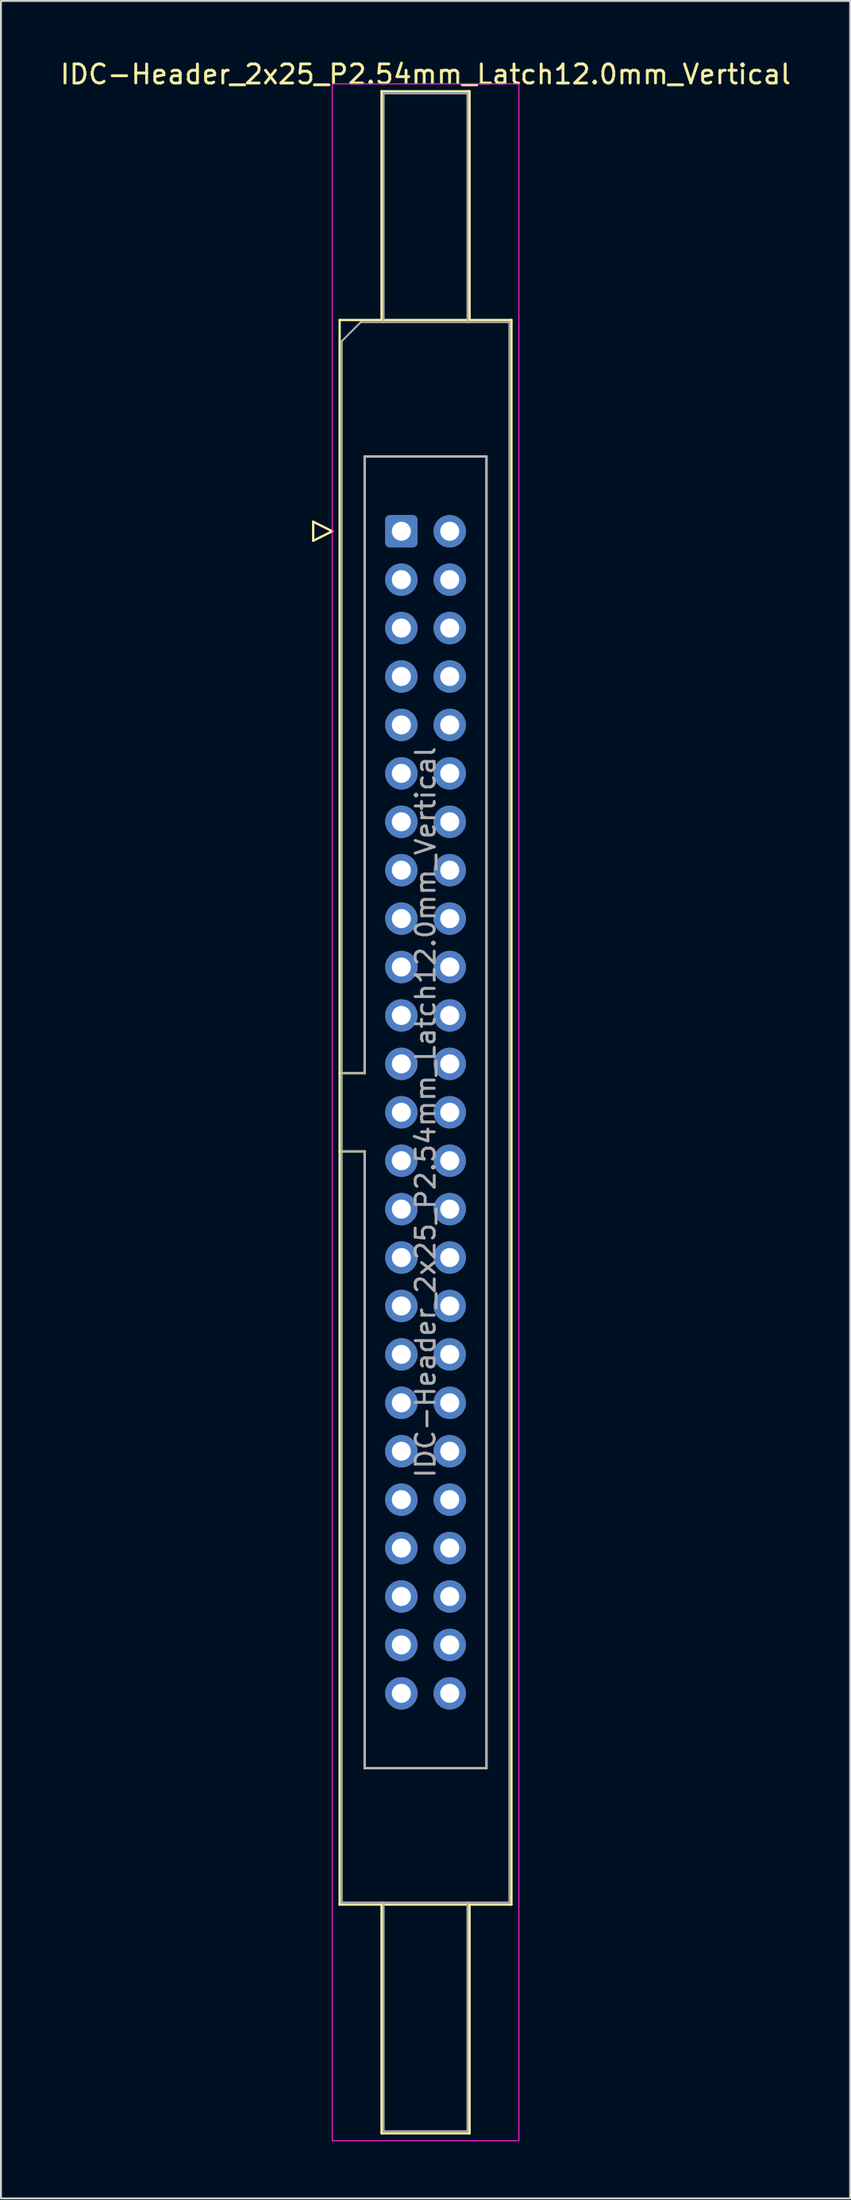
<source format=kicad_pcb>
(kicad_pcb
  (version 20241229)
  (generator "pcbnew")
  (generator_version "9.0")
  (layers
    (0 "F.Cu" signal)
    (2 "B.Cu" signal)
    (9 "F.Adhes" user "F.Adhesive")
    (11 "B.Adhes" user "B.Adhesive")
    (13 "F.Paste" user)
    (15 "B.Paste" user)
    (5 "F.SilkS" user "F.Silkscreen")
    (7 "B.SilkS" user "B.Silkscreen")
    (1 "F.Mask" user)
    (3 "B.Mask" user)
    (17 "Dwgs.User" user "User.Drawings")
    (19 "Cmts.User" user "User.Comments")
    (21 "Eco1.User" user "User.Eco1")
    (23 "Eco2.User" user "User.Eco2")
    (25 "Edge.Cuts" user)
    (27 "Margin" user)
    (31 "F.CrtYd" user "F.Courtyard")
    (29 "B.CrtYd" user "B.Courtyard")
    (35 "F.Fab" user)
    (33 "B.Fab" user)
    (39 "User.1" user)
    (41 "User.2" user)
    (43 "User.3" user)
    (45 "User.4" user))
  (footprint "IDC-Header_2x25_P2.54mm_Latch12.0mm_Vertical"
    (layer "F.Cu")
    (at 18.022 24.818)
    (property "Reference" "IDC-Header_2x25_P2.54mm_Latch12.0mm_Vertical" (at 1.27 -23.97 0) (layer "F.SilkS") (effects (font (size 1 1) (thickness 0.15))))
    (attr through_hole)
    (fp_line (start -4.63 -0.5) (end -4.63 0.5) (stroke (width 0.12) (type solid)) (layer "F.SilkS"))
    (fp_line (start -4.63 0.5) (end -3.63 0) (stroke (width 0.12) (type solid)) (layer "F.SilkS"))
    (fp_line (start -3.63 0) (end -4.63 -0.5) (stroke (width 0.12) (type solid)) (layer "F.SilkS"))
    (fp_line (start -3.24 -11.08) (end 5.78 -11.08) (stroke (width 0.12) (type solid)) (layer "F.SilkS"))
    (fp_line (start -3.24 28.43) (end -1.93 28.43) (stroke (width 0.12) (type solid)) (layer "F.SilkS"))
    (fp_line (start -3.24 72.04) (end -3.24 -11.08) (stroke (width 0.12) (type solid)) (layer "F.SilkS"))
    (fp_line (start -1.93 -3.92) (end 4.47 -3.92) (stroke (width 0.12) (type solid)) (layer "F.SilkS"))
    (fp_line (start -1.93 28.43) (end -1.93 -3.92) (stroke (width 0.12) (type solid)) (layer "F.SilkS"))
    (fp_line (start -1.93 32.53) (end -3.24 32.53) (stroke (width 0.12) (type solid)) (layer "F.SilkS"))
    (fp_line (start -1.93 32.53) (end -1.93 32.53) (stroke (width 0.12) (type solid)) (layer "F.SilkS"))
    (fp_line (start -1.93 64.88) (end -1.93 32.53) (stroke (width 0.12) (type solid)) (layer "F.SilkS"))
    (fp_line (start -1.04 -23.08) (end 3.58 -23.08) (stroke (width 0.12) (type solid)) (layer "F.SilkS"))
    (fp_line (start -1.04 -11.08) (end -1.04 -23.08) (stroke (width 0.12) (type solid)) (layer "F.SilkS"))
    (fp_line (start -1.04 72.04) (end -1.04 84.04) (stroke (width 0.12) (type solid)) (layer "F.SilkS"))
    (fp_line (start -1.04 84.04) (end 3.58 84.04) (stroke (width 0.12) (type solid)) (layer "F.SilkS"))
    (fp_line (start 3.58 -23.08) (end 3.58 -11.08) (stroke (width 0.12) (type solid)) (layer "F.SilkS"))
    (fp_line (start 3.58 84.04) (end 3.58 72.04) (stroke (width 0.12) (type solid)) (layer "F.SilkS"))
    (fp_line (start 4.47 -3.92) (end 4.47 64.88) (stroke (width 0.12) (type solid)) (layer "F.SilkS"))
    (fp_line (start 4.47 64.88) (end -1.93 64.88) (stroke (width 0.12) (type solid)) (layer "F.SilkS"))
    (fp_line (start 5.78 -11.08) (end 5.78 72.04) (stroke (width 0.12) (type solid)) (layer "F.SilkS"))
    (fp_line (start 5.78 72.04) (end -3.24 72.04) (stroke (width 0.12) (type solid)) (layer "F.SilkS"))
    (fp_line (start -3.63 -23.47) (end -3.63 84.43) (stroke (width 0.05) (type solid)) (layer "F.CrtYd"))
    (fp_line (start -3.63 84.43) (end 6.17 84.43) (stroke (width 0.05) (type solid)) (layer "F.CrtYd"))
    (fp_line (start 6.17 -23.47) (end -3.63 -23.47) (stroke (width 0.05) (type solid)) (layer "F.CrtYd"))
    (fp_line (start 6.17 84.43) (end 6.17 -23.47) (stroke (width 0.05) (type solid)) (layer "F.CrtYd"))
    (fp_line (start -3.13 -9.97) (end -2.13 -10.97) (stroke (width 0.1) (type solid)) (layer "F.Fab"))
    (fp_line (start -3.13 28.43) (end -1.93 28.43) (stroke (width 0.1) (type solid)) (layer "F.Fab"))
    (fp_line (start -3.13 71.93) (end -3.13 -9.97) (stroke (width 0.1) (type solid)) (layer "F.Fab"))
    (fp_line (start -2.13 -10.97) (end 5.67 -10.97) (stroke (width 0.1) (type solid)) (layer "F.Fab"))
    (fp_line (start -1.93 -3.92) (end 4.47 -3.92) (stroke (width 0.1) (type solid)) (layer "F.Fab"))
    (fp_line (start -1.93 28.43) (end -1.93 -3.92) (stroke (width 0.1) (type solid)) (layer "F.Fab"))
    (fp_line (start -1.93 32.53) (end -3.13 32.53) (stroke (width 0.1) (type solid)) (layer "F.Fab"))
    (fp_line (start -1.93 32.53) (end -1.93 32.53) (stroke (width 0.1) (type solid)) (layer "F.Fab"))
    (fp_line (start -1.93 64.88) (end -1.93 32.53) (stroke (width 0.1) (type solid)) (layer "F.Fab"))
    (fp_line (start -0.93 -22.97) (end 3.47 -22.97) (stroke (width 0.1) (type solid)) (layer "F.Fab"))
    (fp_line (start -0.93 -10.97) (end -0.93 -22.97) (stroke (width 0.1) (type solid)) (layer "F.Fab"))
    (fp_line (start -0.93 71.93) (end -0.93 83.93) (stroke (width 0.1) (type solid)) (layer "F.Fab"))
    (fp_line (start -0.93 83.93) (end 3.47 83.93) (stroke (width 0.1) (type solid)) (layer "F.Fab"))
    (fp_line (start 3.47 -22.97) (end 3.47 -10.97) (stroke (width 0.1) (type solid)) (layer "F.Fab"))
    (fp_line (start 3.47 83.93) (end 3.47 71.93) (stroke (width 0.1) (type solid)) (layer "F.Fab"))
    (fp_line (start 4.47 -3.92) (end 4.47 64.88) (stroke (width 0.1) (type solid)) (layer "F.Fab"))
    (fp_line (start 4.47 64.88) (end -1.93 64.88) (stroke (width 0.1) (type solid)) (layer "F.Fab"))
    (fp_line (start 5.67 -10.97) (end 5.67 71.93) (stroke (width 0.1) (type solid)) (layer "F.Fab"))
    (fp_line (start 5.67 71.93) (end -3.13 71.93) (stroke (width 0.1) (type solid)) (layer "F.Fab"))
    (fp_text user "${REFERENCE}" (at 1.27 30.48 90) (layer "F.Fab") (effects (font (size 1 1) (thickness 0.15))))
    (pad "1" thru_hole roundrect (at 0 0) (size 1.7 1.7) (drill 1) (layers "*.Cu" "*.Mask") (roundrect_rratio 0.147))
    (pad "2" thru_hole circle (at 2.54 0) (size 1.7 1.7) (drill 1) (layers "*.Cu" "*.Mask"))
    (pad "3" thru_hole circle (at 0 2.54) (size 1.7 1.7) (drill 1) (layers "*.Cu" "*.Mask"))
    (pad "4" thru_hole circle (at 2.54 2.54) (size 1.7 1.7) (drill 1) (layers "*.Cu" "*.Mask"))
    (pad "5" thru_hole circle (at 0 5.08) (size 1.7 1.7) (drill 1) (layers "*.Cu" "*.Mask"))
    (pad "6" thru_hole circle (at 2.54 5.08) (size 1.7 1.7) (drill 1) (layers "*.Cu" "*.Mask"))
    (pad "7" thru_hole circle (at 0 7.62) (size 1.7 1.7) (drill 1) (layers "*.Cu" "*.Mask"))
    (pad "8" thru_hole circle (at 2.54 7.62) (size 1.7 1.7) (drill 1) (layers "*.Cu" "*.Mask"))
    (pad "9" thru_hole circle (at 0 10.16) (size 1.7 1.7) (drill 1) (layers "*.Cu" "*.Mask"))
    (pad "10" thru_hole circle (at 2.54 10.16) (size 1.7 1.7) (drill 1) (layers "*.Cu" "*.Mask"))
    (pad "11" thru_hole circle (at 0 12.7) (size 1.7 1.7) (drill 1) (layers "*.Cu" "*.Mask"))
    (pad "12" thru_hole circle (at 2.54 12.7) (size 1.7 1.7) (drill 1) (layers "*.Cu" "*.Mask"))
    (pad "13" thru_hole circle (at 0 15.24) (size 1.7 1.7) (drill 1) (layers "*.Cu" "*.Mask"))
    (pad "14" thru_hole circle (at 2.54 15.24) (size 1.7 1.7) (drill 1) (layers "*.Cu" "*.Mask"))
    (pad "15" thru_hole circle (at 0 17.78) (size 1.7 1.7) (drill 1) (layers "*.Cu" "*.Mask"))
    (pad "16" thru_hole circle (at 2.54 17.78) (size 1.7 1.7) (drill 1) (layers "*.Cu" "*.Mask"))
    (pad "17" thru_hole circle (at 0 20.32) (size 1.7 1.7) (drill 1) (layers "*.Cu" "*.Mask"))
    (pad "18" thru_hole circle (at 2.54 20.32) (size 1.7 1.7) (drill 1) (layers "*.Cu" "*.Mask"))
    (pad "19" thru_hole circle (at 0 22.86) (size 1.7 1.7) (drill 1) (layers "*.Cu" "*.Mask"))
    (pad "20" thru_hole circle (at 2.54 22.86) (size 1.7 1.7) (drill 1) (layers "*.Cu" "*.Mask"))
    (pad "21" thru_hole circle (at 0 25.4) (size 1.7 1.7) (drill 1) (layers "*.Cu" "*.Mask"))
    (pad "22" thru_hole circle (at 2.54 25.4) (size 1.7 1.7) (drill 1) (layers "*.Cu" "*.Mask"))
    (pad "23" thru_hole circle (at 0 27.94) (size 1.7 1.7) (drill 1) (layers "*.Cu" "*.Mask"))
    (pad "24" thru_hole circle (at 2.54 27.94) (size 1.7 1.7) (drill 1) (layers "*.Cu" "*.Mask"))
    (pad "25" thru_hole circle (at 0 30.48) (size 1.7 1.7) (drill 1) (layers "*.Cu" "*.Mask"))
    (pad "26" thru_hole circle (at 2.54 30.48) (size 1.7 1.7) (drill 1) (layers "*.Cu" "*.Mask"))
    (pad "27" thru_hole circle (at 0 33.02) (size 1.7 1.7) (drill 1) (layers "*.Cu" "*.Mask"))
    (pad "28" thru_hole circle (at 2.54 33.02) (size 1.7 1.7) (drill 1) (layers "*.Cu" "*.Mask"))
    (pad "29" thru_hole circle (at 0 35.56) (size 1.7 1.7) (drill 1) (layers "*.Cu" "*.Mask"))
    (pad "30" thru_hole circle (at 2.54 35.56) (size 1.7 1.7) (drill 1) (layers "*.Cu" "*.Mask"))
    (pad "31" thru_hole circle (at 0 38.1) (size 1.7 1.7) (drill 1) (layers "*.Cu" "*.Mask"))
    (pad "32" thru_hole circle (at 2.54 38.1) (size 1.7 1.7) (drill 1) (layers "*.Cu" "*.Mask"))
    (pad "33" thru_hole circle (at 0 40.64) (size 1.7 1.7) (drill 1) (layers "*.Cu" "*.Mask"))
    (pad "34" thru_hole circle (at 2.54 40.64) (size 1.7 1.7) (drill 1) (layers "*.Cu" "*.Mask"))
    (pad "35" thru_hole circle (at 0 43.18) (size 1.7 1.7) (drill 1) (layers "*.Cu" "*.Mask"))
    (pad "36" thru_hole circle (at 2.54 43.18) (size 1.7 1.7) (drill 1) (layers "*.Cu" "*.Mask"))
    (pad "37" thru_hole circle (at 0 45.72) (size 1.7 1.7) (drill 1) (layers "*.Cu" "*.Mask"))
    (pad "38" thru_hole circle (at 2.54 45.72) (size 1.7 1.7) (drill 1) (layers "*.Cu" "*.Mask"))
    (pad "39" thru_hole circle (at 0 48.26) (size 1.7 1.7) (drill 1) (layers "*.Cu" "*.Mask"))
    (pad "40" thru_hole circle (at 2.54 48.26) (size 1.7 1.7) (drill 1) (layers "*.Cu" "*.Mask"))
    (pad "41" thru_hole circle (at 0 50.8) (size 1.7 1.7) (drill 1) (layers "*.Cu" "*.Mask"))
    (pad "42" thru_hole circle (at 2.54 50.8) (size 1.7 1.7) (drill 1) (layers "*.Cu" "*.Mask"))
    (pad "43" thru_hole circle (at 0 53.34) (size 1.7 1.7) (drill 1) (layers "*.Cu" "*.Mask"))
    (pad "44" thru_hole circle (at 2.54 53.34) (size 1.7 1.7) (drill 1) (layers "*.Cu" "*.Mask"))
    (pad "45" thru_hole circle (at 0 55.88) (size 1.7 1.7) (drill 1) (layers "*.Cu" "*.Mask"))
    (pad "46" thru_hole circle (at 2.54 55.88) (size 1.7 1.7) (drill 1) (layers "*.Cu" "*.Mask"))
    (pad "47" thru_hole circle (at 0 58.42) (size 1.7 1.7) (drill 1) (layers "*.Cu" "*.Mask"))
    (pad "48" thru_hole circle (at 2.54 58.42) (size 1.7 1.7) (drill 1) (layers "*.Cu" "*.Mask"))
    (pad "49" thru_hole circle (at 0 60.96) (size 1.7 1.7) (drill 1) (layers "*.Cu" "*.Mask"))
    (pad "50" thru_hole circle (at 2.54 60.96) (size 1.7 1.7) (drill 1) (layers "*.Cu" "*.Mask")))
  (gr_rect
    (start -3 -3)
    (end 41.583 112.273)
    (stroke (width 0.1) (type default))
    (fill no)
    (layer "Edge.Cuts")))
</source>
